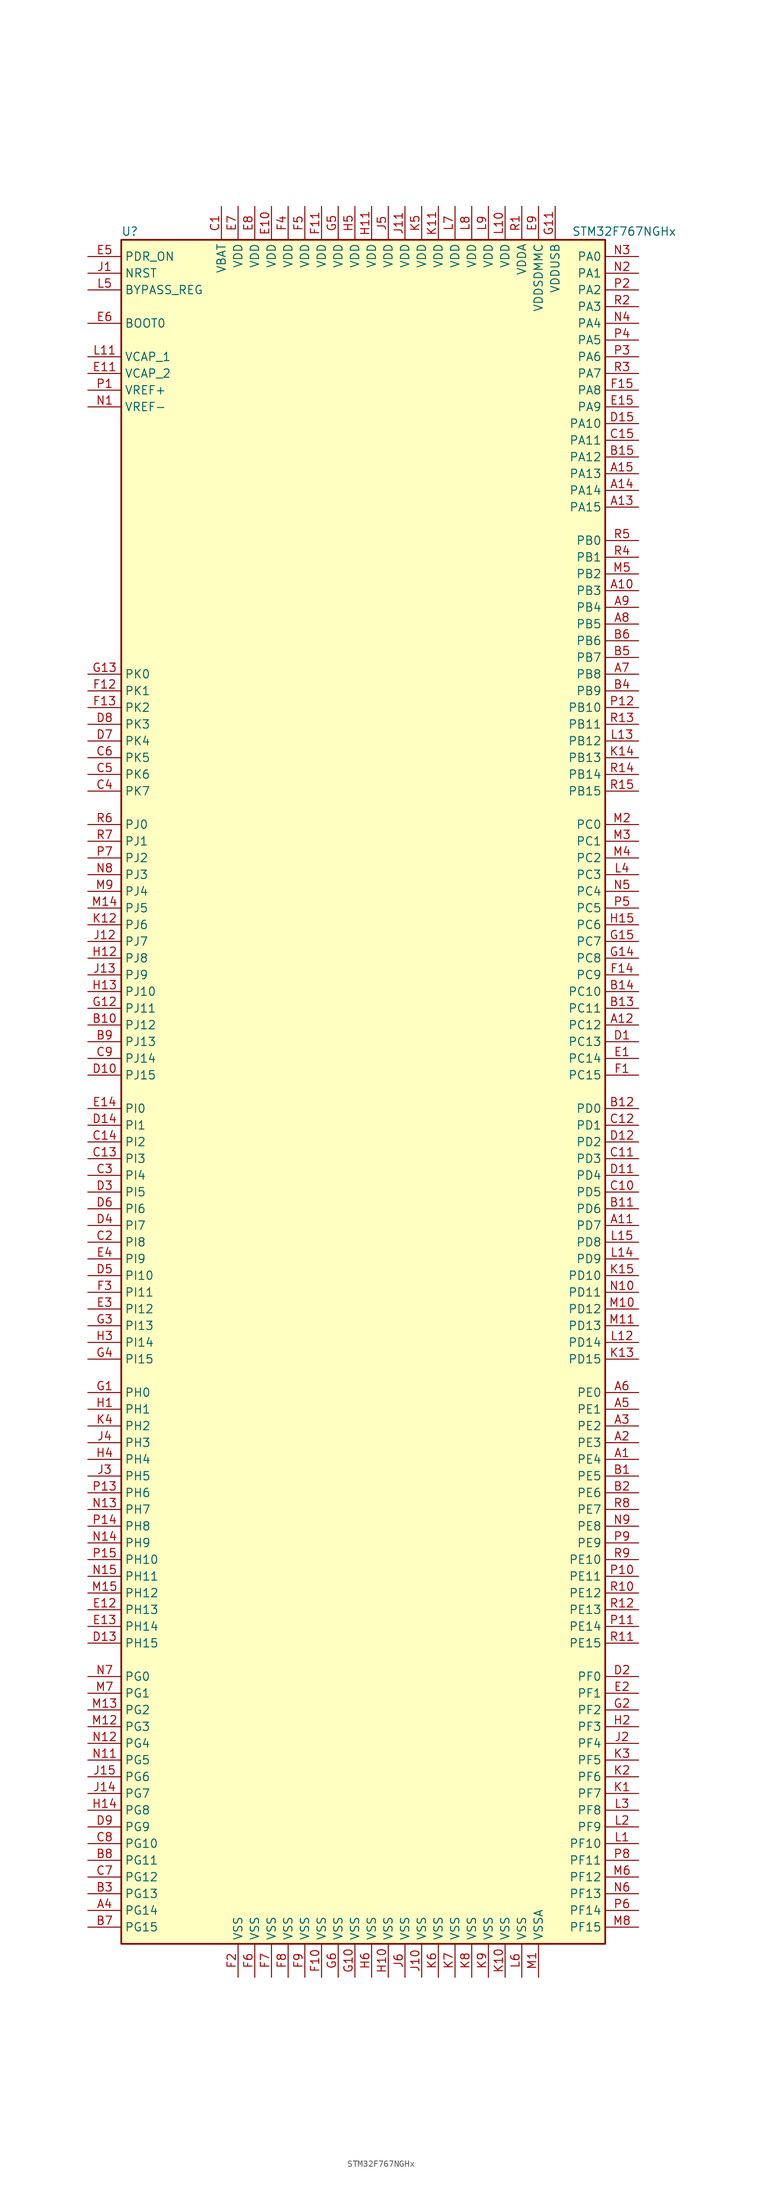
<source format=kicad_sym>
(kicad_symbol_lib
  (version 20220914)
  (generator kicad_symbol_editor)
  (symbol "STM32F767NGHx"
    (property "Reference" "U"
      (at -38.1 130.81 0)
      (effects (font (size 1.27 1.27)) (justify left)))
    (property "Value" "STM32F767NGHx"
      (at 30.48 130.81 0)
      (effects (font (size 1.27 1.27)) (justify left)))
    (symbol "STM32F767NGHx_0_1"
      (rectangle (start -38.1 -129.54) (end 35.56 129.54) (stroke (width 0.254) (type default)) (fill (type background))))
    (symbol "STM32F767NGHx_1_1"
      (pin bidirectional line (at 40.64 -55.88 180) (length 5.08) (name "PE4" (effects (font (size 1.27 1.27)))) (number "A1" (effects (font (size 1.27 1.27)))))
      (pin bidirectional line (at 40.64 76.2 180) (length 5.08) (name "PB3" (effects (font (size 1.27 1.27)))) (number "A10" (effects (font (size 1.27 1.27)))))
      (pin bidirectional line (at 40.64 -20.32 180) (length 5.08) (name "PD7" (effects (font (size 1.27 1.27)))) (number "A11" (effects (font (size 1.27 1.27)))))
      (pin bidirectional line (at 40.64 10.16 180) (length 5.08) (name "PC12" (effects (font (size 1.27 1.27)))) (number "A12" (effects (font (size 1.27 1.27)))))
      (pin bidirectional line (at 40.64 88.9 180) (length 5.08) (name "PA15" (effects (font (size 1.27 1.27)))) (number "A13" (effects (font (size 1.27 1.27)))))
      (pin bidirectional line (at 40.64 91.44 180) (length 5.08) (name "PA14" (effects (font (size 1.27 1.27)))) (number "A14" (effects (font (size 1.27 1.27)))))
      (pin bidirectional line (at 40.64 93.98 180) (length 5.08) (name "PA13" (effects (font (size 1.27 1.27)))) (number "A15" (effects (font (size 1.27 1.27)))))
      (pin bidirectional line (at 40.64 -53.34 180) (length 5.08) (name "PE3" (effects (font (size 1.27 1.27)))) (number "A2" (effects (font (size 1.27 1.27)))))
      (pin bidirectional line (at 40.64 -50.8 180) (length 5.08) (name "PE2" (effects (font (size 1.27 1.27)))) (number "A3" (effects (font (size 1.27 1.27)))))
      (pin bidirectional line (at -43.18 -124.46 0) (length 5.08) (name "PG14" (effects (font (size 1.27 1.27)))) (number "A4" (effects (font (size 1.27 1.27)))))
      (pin bidirectional line (at 40.64 -48.26 180) (length 5.08) (name "PE1" (effects (font (size 1.27 1.27)))) (number "A5" (effects (font (size 1.27 1.27)))))
      (pin bidirectional line (at 40.64 -45.72 180) (length 5.08) (name "PE0" (effects (font (size 1.27 1.27)))) (number "A6" (effects (font (size 1.27 1.27)))))
      (pin bidirectional line (at 40.64 63.5 180) (length 5.08) (name "PB8" (effects (font (size 1.27 1.27)))) (number "A7" (effects (font (size 1.27 1.27)))))
      (pin bidirectional line (at 40.64 71.12 180) (length 5.08) (name "PB5" (effects (font (size 1.27 1.27)))) (number "A8" (effects (font (size 1.27 1.27)))))
      (pin bidirectional line (at 40.64 73.66 180) (length 5.08) (name "PB4" (effects (font (size 1.27 1.27)))) (number "A9" (effects (font (size 1.27 1.27)))))
      (pin bidirectional line (at 40.64 -58.42 180) (length 5.08) (name "PE5" (effects (font (size 1.27 1.27)))) (number "B1" (effects (font (size 1.27 1.27)))))
      (pin bidirectional line (at -43.18 10.16 0) (length 5.08) (name "PJ12" (effects (font (size 1.27 1.27)))) (number "B10" (effects (font (size 1.27 1.27)))))
      (pin bidirectional line (at 40.64 -17.78 180) (length 5.08) (name "PD6" (effects (font (size 1.27 1.27)))) (number "B11" (effects (font (size 1.27 1.27)))))
      (pin bidirectional line (at 40.64 -2.54 180) (length 5.08) (name "PD0" (effects (font (size 1.27 1.27)))) (number "B12" (effects (font (size 1.27 1.27)))))
      (pin bidirectional line (at 40.64 12.7 180) (length 5.08) (name "PC11" (effects (font (size 1.27 1.27)))) (number "B13" (effects (font (size 1.27 1.27)))))
      (pin bidirectional line (at 40.64 15.24 180) (length 5.08) (name "PC10" (effects (font (size 1.27 1.27)))) (number "B14" (effects (font (size 1.27 1.27)))))
      (pin bidirectional line (at 40.64 96.52 180) (length 5.08) (name "PA12" (effects (font (size 1.27 1.27)))) (number "B15" (effects (font (size 1.27 1.27)))))
      (pin bidirectional line (at 40.64 -60.96 180) (length 5.08) (name "PE6" (effects (font (size 1.27 1.27)))) (number "B2" (effects (font (size 1.27 1.27)))))
      (pin bidirectional line (at -43.18 -121.92 0) (length 5.08) (name "PG13" (effects (font (size 1.27 1.27)))) (number "B3" (effects (font (size 1.27 1.27)))))
      (pin bidirectional line (at 40.64 60.96 180) (length 5.08) (name "PB9" (effects (font (size 1.27 1.27)))) (number "B4" (effects (font (size 1.27 1.27)))))
      (pin bidirectional line (at 40.64 66.04 180) (length 5.08) (name "PB7" (effects (font (size 1.27 1.27)))) (number "B5" (effects (font (size 1.27 1.27)))))
      (pin bidirectional line (at 40.64 68.58 180) (length 5.08) (name "PB6" (effects (font (size 1.27 1.27)))) (number "B6" (effects (font (size 1.27 1.27)))))
      (pin bidirectional line (at -43.18 -127 0) (length 5.08) (name "PG15" (effects (font (size 1.27 1.27)))) (number "B7" (effects (font (size 1.27 1.27)))))
      (pin bidirectional line (at -43.18 -116.84 0) (length 5.08) (name "PG11" (effects (font (size 1.27 1.27)))) (number "B8" (effects (font (size 1.27 1.27)))))
      (pin bidirectional line (at -43.18 7.62 0) (length 5.08) (name "PJ13" (effects (font (size 1.27 1.27)))) (number "B9" (effects (font (size 1.27 1.27)))))
      (pin power_in line (at -22.86 134.62 270) (length 5.08) (name "VBAT" (effects (font (size 1.27 1.27)))) (number "C1" (effects (font (size 1.27 1.27)))))
      (pin bidirectional line (at 40.64 -15.24 180) (length 5.08) (name "PD5" (effects (font (size 1.27 1.27)))) (number "C10" (effects (font (size 1.27 1.27)))))
      (pin bidirectional line (at 40.64 -10.16 180) (length 5.08) (name "PD3" (effects (font (size 1.27 1.27)))) (number "C11" (effects (font (size 1.27 1.27)))))
      (pin bidirectional line (at 40.64 -5.08 180) (length 5.08) (name "PD1" (effects (font (size 1.27 1.27)))) (number "C12" (effects (font (size 1.27 1.27)))))
      (pin bidirectional line (at -43.18 -10.16 0) (length 5.08) (name "PI3" (effects (font (size 1.27 1.27)))) (number "C13" (effects (font (size 1.27 1.27)))))
      (pin bidirectional line (at -43.18 -7.62 0) (length 5.08) (name "PI2" (effects (font (size 1.27 1.27)))) (number "C14" (effects (font (size 1.27 1.27)))))
      (pin bidirectional line (at 40.64 99.06 180) (length 5.08) (name "PA11" (effects (font (size 1.27 1.27)))) (number "C15" (effects (font (size 1.27 1.27)))))
      (pin bidirectional line (at -43.18 -22.86 0) (length 5.08) (name "PI8" (effects (font (size 1.27 1.27)))) (number "C2" (effects (font (size 1.27 1.27)))))
      (pin bidirectional line (at -43.18 -12.7 0) (length 5.08) (name "PI4" (effects (font (size 1.27 1.27)))) (number "C3" (effects (font (size 1.27 1.27)))))
      (pin bidirectional line (at -43.18 45.72 0) (length 5.08) (name "PK7" (effects (font (size 1.27 1.27)))) (number "C4" (effects (font (size 1.27 1.27)))))
      (pin bidirectional line (at -43.18 48.26 0) (length 5.08) (name "PK6" (effects (font (size 1.27 1.27)))) (number "C5" (effects (font (size 1.27 1.27)))))
      (pin bidirectional line (at -43.18 50.8 0) (length 5.08) (name "PK5" (effects (font (size 1.27 1.27)))) (number "C6" (effects (font (size 1.27 1.27)))))
      (pin bidirectional line (at -43.18 -119.38 0) (length 5.08) (name "PG12" (effects (font (size 1.27 1.27)))) (number "C7" (effects (font (size 1.27 1.27)))))
      (pin bidirectional line (at -43.18 -114.3 0) (length 5.08) (name "PG10" (effects (font (size 1.27 1.27)))) (number "C8" (effects (font (size 1.27 1.27)))))
      (pin bidirectional line (at -43.18 5.08 0) (length 5.08) (name "PJ14" (effects (font (size 1.27 1.27)))) (number "C9" (effects (font (size 1.27 1.27)))))
      (pin bidirectional line (at 40.64 7.62 180) (length 5.08) (name "PC13" (effects (font (size 1.27 1.27)))) (number "D1" (effects (font (size 1.27 1.27)))))
      (pin bidirectional line (at -43.18 2.54 0) (length 5.08) (name "PJ15" (effects (font (size 1.27 1.27)))) (number "D10" (effects (font (size 1.27 1.27)))))
      (pin bidirectional line (at 40.64 -12.7 180) (length 5.08) (name "PD4" (effects (font (size 1.27 1.27)))) (number "D11" (effects (font (size 1.27 1.27)))))
      (pin bidirectional line (at 40.64 -7.62 180) (length 5.08) (name "PD2" (effects (font (size 1.27 1.27)))) (number "D12" (effects (font (size 1.27 1.27)))))
      (pin bidirectional line (at -43.18 -83.82 0) (length 5.08) (name "PH15" (effects (font (size 1.27 1.27)))) (number "D13" (effects (font (size 1.27 1.27)))))
      (pin bidirectional line (at -43.18 -5.08 0) (length 5.08) (name "PI1" (effects (font (size 1.27 1.27)))) (number "D14" (effects (font (size 1.27 1.27)))))
      (pin bidirectional line (at 40.64 101.6 180) (length 5.08) (name "PA10" (effects (font (size 1.27 1.27)))) (number "D15" (effects (font (size 1.27 1.27)))))
      (pin bidirectional line (at 40.64 -88.9 180) (length 5.08) (name "PF0" (effects (font (size 1.27 1.27)))) (number "D2" (effects (font (size 1.27 1.27)))))
      (pin bidirectional line (at -43.18 -15.24 0) (length 5.08) (name "PI5" (effects (font (size 1.27 1.27)))) (number "D3" (effects (font (size 1.27 1.27)))))
      (pin bidirectional line (at -43.18 -20.32 0) (length 5.08) (name "PI7" (effects (font (size 1.27 1.27)))) (number "D4" (effects (font (size 1.27 1.27)))))
      (pin bidirectional line (at -43.18 -27.94 0) (length 5.08) (name "PI10" (effects (font (size 1.27 1.27)))) (number "D5" (effects (font (size 1.27 1.27)))))
      (pin bidirectional line (at -43.18 -17.78 0) (length 5.08) (name "PI6" (effects (font (size 1.27 1.27)))) (number "D6" (effects (font (size 1.27 1.27)))))
      (pin bidirectional line (at -43.18 53.34 0) (length 5.08) (name "PK4" (effects (font (size 1.27 1.27)))) (number "D7" (effects (font (size 1.27 1.27)))))
      (pin bidirectional line (at -43.18 55.88 0) (length 5.08) (name "PK3" (effects (font (size 1.27 1.27)))) (number "D8" (effects (font (size 1.27 1.27)))))
      (pin bidirectional line (at -43.18 -111.76 0) (length 5.08) (name "PG9" (effects (font (size 1.27 1.27)))) (number "D9" (effects (font (size 1.27 1.27)))))
      (pin bidirectional line (at 40.64 5.08 180) (length 5.08) (name "PC14" (effects (font (size 1.27 1.27)))) (number "E1" (effects (font (size 1.27 1.27)))))
      (pin power_in line (at -15.24 134.62 270) (length 5.08) (name "VDD" (effects (font (size 1.27 1.27)))) (number "E10" (effects (font (size 1.27 1.27)))))
      (pin power_in line (at -43.18 109.22 0) (length 5.08) (name "VCAP_2" (effects (font (size 1.27 1.27)))) (number "E11" (effects (font (size 1.27 1.27)))))
      (pin bidirectional line (at -43.18 -78.74 0) (length 5.08) (name "PH13" (effects (font (size 1.27 1.27)))) (number "E12" (effects (font (size 1.27 1.27)))))
      (pin bidirectional line (at -43.18 -81.28 0) (length 5.08) (name "PH14" (effects (font (size 1.27 1.27)))) (number "E13" (effects (font (size 1.27 1.27)))))
      (pin bidirectional line (at -43.18 -2.54 0) (length 5.08) (name "PI0" (effects (font (size 1.27 1.27)))) (number "E14" (effects (font (size 1.27 1.27)))))
      (pin bidirectional line (at 40.64 104.14 180) (length 5.08) (name "PA9" (effects (font (size 1.27 1.27)))) (number "E15" (effects (font (size 1.27 1.27)))))
      (pin bidirectional line (at 40.64 -91.44 180) (length 5.08) (name "PF1" (effects (font (size 1.27 1.27)))) (number "E2" (effects (font (size 1.27 1.27)))))
      (pin bidirectional line (at -43.18 -33.02 0) (length 5.08) (name "PI12" (effects (font (size 1.27 1.27)))) (number "E3" (effects (font (size 1.27 1.27)))))
      (pin bidirectional line (at -43.18 -25.4 0) (length 5.08) (name "PI9" (effects (font (size 1.27 1.27)))) (number "E4" (effects (font (size 1.27 1.27)))))
      (pin input line (at -43.18 127 0) (length 5.08) (name "PDR_ON" (effects (font (size 1.27 1.27)))) (number "E5" (effects (font (size 1.27 1.27)))))
      (pin input line (at -43.18 116.84 0) (length 5.08) (name "BOOT0" (effects (font (size 1.27 1.27)))) (number "E6" (effects (font (size 1.27 1.27)))))
      (pin power_in line (at -20.32 134.62 270) (length 5.08) (name "VDD" (effects (font (size 1.27 1.27)))) (number "E7" (effects (font (size 1.27 1.27)))))
      (pin power_in line (at -17.78 134.62 270) (length 5.08) (name "VDD" (effects (font (size 1.27 1.27)))) (number "E8" (effects (font (size 1.27 1.27)))))
      (pin power_in line (at 25.4 134.62 270) (length 5.08) (name "VDDSDMMC" (effects (font (size 1.27 1.27)))) (number "E9" (effects (font (size 1.27 1.27)))))
      (pin bidirectional line (at 40.64 2.54 180) (length 5.08) (name "PC15" (effects (font (size 1.27 1.27)))) (number "F1" (effects (font (size 1.27 1.27)))))
      (pin power_in line (at -7.62 -134.62 90) (length 5.08) (name "VSS" (effects (font (size 1.27 1.27)))) (number "F10" (effects (font (size 1.27 1.27)))))
      (pin power_in line (at -7.62 134.62 270) (length 5.08) (name "VDD" (effects (font (size 1.27 1.27)))) (number "F11" (effects (font (size 1.27 1.27)))))
      (pin bidirectional line (at -43.18 60.96 0) (length 5.08) (name "PK1" (effects (font (size 1.27 1.27)))) (number "F12" (effects (font (size 1.27 1.27)))))
      (pin bidirectional line (at -43.18 58.42 0) (length 5.08) (name "PK2" (effects (font (size 1.27 1.27)))) (number "F13" (effects (font (size 1.27 1.27)))))
      (pin bidirectional line (at 40.64 17.78 180) (length 5.08) (name "PC9" (effects (font (size 1.27 1.27)))) (number "F14" (effects (font (size 1.27 1.27)))))
      (pin bidirectional line (at 40.64 106.68 180) (length 5.08) (name "PA8" (effects (font (size 1.27 1.27)))) (number "F15" (effects (font (size 1.27 1.27)))))
      (pin power_in line (at -20.32 -134.62 90) (length 5.08) (name "VSS" (effects (font (size 1.27 1.27)))) (number "F2" (effects (font (size 1.27 1.27)))))
      (pin bidirectional line (at -43.18 -30.48 0) (length 5.08) (name "PI11" (effects (font (size 1.27 1.27)))) (number "F3" (effects (font (size 1.27 1.27)))))
      (pin power_in line (at -12.7 134.62 270) (length 5.08) (name "VDD" (effects (font (size 1.27 1.27)))) (number "F4" (effects (font (size 1.27 1.27)))))
      (pin power_in line (at -10.16 134.62 270) (length 5.08) (name "VDD" (effects (font (size 1.27 1.27)))) (number "F5" (effects (font (size 1.27 1.27)))))
      (pin power_in line (at -17.78 -134.62 90) (length 5.08) (name "VSS" (effects (font (size 1.27 1.27)))) (number "F6" (effects (font (size 1.27 1.27)))))
      (pin power_in line (at -15.24 -134.62 90) (length 5.08) (name "VSS" (effects (font (size 1.27 1.27)))) (number "F7" (effects (font (size 1.27 1.27)))))
      (pin power_in line (at -12.7 -134.62 90) (length 5.08) (name "VSS" (effects (font (size 1.27 1.27)))) (number "F8" (effects (font (size 1.27 1.27)))))
      (pin power_in line (at -10.16 -134.62 90) (length 5.08) (name "VSS" (effects (font (size 1.27 1.27)))) (number "F9" (effects (font (size 1.27 1.27)))))
      (pin input line (at -43.18 -45.72 0) (length 5.08) (name "PH0" (effects (font (size 1.27 1.27)))) (number "G1" (effects (font (size 1.27 1.27)))))
      (pin power_in line (at -2.54 -134.62 90) (length 5.08) (name "VSS" (effects (font (size 1.27 1.27)))) (number "G10" (effects (font (size 1.27 1.27)))))
      (pin power_in line (at 27.94 134.62 270) (length 5.08) (name "VDDUSB" (effects (font (size 1.27 1.27)))) (number "G11" (effects (font (size 1.27 1.27)))))
      (pin bidirectional line (at -43.18 12.7 0) (length 5.08) (name "PJ11" (effects (font (size 1.27 1.27)))) (number "G12" (effects (font (size 1.27 1.27)))))
      (pin bidirectional line (at -43.18 63.5 0) (length 5.08) (name "PK0" (effects (font (size 1.27 1.27)))) (number "G13" (effects (font (size 1.27 1.27)))))
      (pin bidirectional line (at 40.64 20.32 180) (length 5.08) (name "PC8" (effects (font (size 1.27 1.27)))) (number "G14" (effects (font (size 1.27 1.27)))))
      (pin bidirectional line (at 40.64 22.86 180) (length 5.08) (name "PC7" (effects (font (size 1.27 1.27)))) (number "G15" (effects (font (size 1.27 1.27)))))
      (pin bidirectional line (at 40.64 -93.98 180) (length 5.08) (name "PF2" (effects (font (size 1.27 1.27)))) (number "G2" (effects (font (size 1.27 1.27)))))
      (pin bidirectional line (at -43.18 -35.56 0) (length 5.08) (name "PI13" (effects (font (size 1.27 1.27)))) (number "G3" (effects (font (size 1.27 1.27)))))
      (pin bidirectional line (at -43.18 -40.64 0) (length 5.08) (name "PI15" (effects (font (size 1.27 1.27)))) (number "G4" (effects (font (size 1.27 1.27)))))
      (pin power_in line (at -5.08 134.62 270) (length 5.08) (name "VDD" (effects (font (size 1.27 1.27)))) (number "G5" (effects (font (size 1.27 1.27)))))
      (pin power_in line (at -5.08 -134.62 90) (length 5.08) (name "VSS" (effects (font (size 1.27 1.27)))) (number "G6" (effects (font (size 1.27 1.27)))))
      (pin input line (at -43.18 -48.26 0) (length 5.08) (name "PH1" (effects (font (size 1.27 1.27)))) (number "H1" (effects (font (size 1.27 1.27)))))
      (pin power_in line (at 2.54 -134.62 90) (length 5.08) (name "VSS" (effects (font (size 1.27 1.27)))) (number "H10" (effects (font (size 1.27 1.27)))))
      (pin power_in line (at 0 134.62 270) (length 5.08) (name "VDD" (effects (font (size 1.27 1.27)))) (number "H11" (effects (font (size 1.27 1.27)))))
      (pin bidirectional line (at -43.18 20.32 0) (length 5.08) (name "PJ8" (effects (font (size 1.27 1.27)))) (number "H12" (effects (font (size 1.27 1.27)))))
      (pin bidirectional line (at -43.18 15.24 0) (length 5.08) (name "PJ10" (effects (font (size 1.27 1.27)))) (number "H13" (effects (font (size 1.27 1.27)))))
      (pin bidirectional line (at -43.18 -109.22 0) (length 5.08) (name "PG8" (effects (font (size 1.27 1.27)))) (number "H14" (effects (font (size 1.27 1.27)))))
      (pin bidirectional line (at 40.64 25.4 180) (length 5.08) (name "PC6" (effects (font (size 1.27 1.27)))) (number "H15" (effects (font (size 1.27 1.27)))))
      (pin bidirectional line (at 40.64 -96.52 180) (length 5.08) (name "PF3" (effects (font (size 1.27 1.27)))) (number "H2" (effects (font (size 1.27 1.27)))))
      (pin bidirectional line (at -43.18 -38.1 0) (length 5.08) (name "PI14" (effects (font (size 1.27 1.27)))) (number "H3" (effects (font (size 1.27 1.27)))))
      (pin bidirectional line (at -43.18 -55.88 0) (length 5.08) (name "PH4" (effects (font (size 1.27 1.27)))) (number "H4" (effects (font (size 1.27 1.27)))))
      (pin power_in line (at -2.54 134.62 270) (length 5.08) (name "VDD" (effects (font (size 1.27 1.27)))) (number "H5" (effects (font (size 1.27 1.27)))))
      (pin power_in line (at 0 -134.62 90) (length 5.08) (name "VSS" (effects (font (size 1.27 1.27)))) (number "H6" (effects (font (size 1.27 1.27)))))
      (pin input line (at -43.18 124.46 0) (length 5.08) (name "NRST" (effects (font (size 1.27 1.27)))) (number "J1" (effects (font (size 1.27 1.27)))))
      (pin power_in line (at 7.62 -134.62 90) (length 5.08) (name "VSS" (effects (font (size 1.27 1.27)))) (number "J10" (effects (font (size 1.27 1.27)))))
      (pin power_in line (at 5.08 134.62 270) (length 5.08) (name "VDD" (effects (font (size 1.27 1.27)))) (number "J11" (effects (font (size 1.27 1.27)))))
      (pin bidirectional line (at -43.18 22.86 0) (length 5.08) (name "PJ7" (effects (font (size 1.27 1.27)))) (number "J12" (effects (font (size 1.27 1.27)))))
      (pin bidirectional line (at -43.18 17.78 0) (length 5.08) (name "PJ9" (effects (font (size 1.27 1.27)))) (number "J13" (effects (font (size 1.27 1.27)))))
      (pin bidirectional line (at -43.18 -106.68 0) (length 5.08) (name "PG7" (effects (font (size 1.27 1.27)))) (number "J14" (effects (font (size 1.27 1.27)))))
      (pin bidirectional line (at -43.18 -104.14 0) (length 5.08) (name "PG6" (effects (font (size 1.27 1.27)))) (number "J15" (effects (font (size 1.27 1.27)))))
      (pin bidirectional line (at 40.64 -99.06 180) (length 5.08) (name "PF4" (effects (font (size 1.27 1.27)))) (number "J2" (effects (font (size 1.27 1.27)))))
      (pin bidirectional line (at -43.18 -58.42 0) (length 5.08) (name "PH5" (effects (font (size 1.27 1.27)))) (number "J3" (effects (font (size 1.27 1.27)))))
      (pin bidirectional line (at -43.18 -53.34 0) (length 5.08) (name "PH3" (effects (font (size 1.27 1.27)))) (number "J4" (effects (font (size 1.27 1.27)))))
      (pin power_in line (at 2.54 134.62 270) (length 5.08) (name "VDD" (effects (font (size 1.27 1.27)))) (number "J5" (effects (font (size 1.27 1.27)))))
      (pin power_in line (at 5.08 -134.62 90) (length 5.08) (name "VSS" (effects (font (size 1.27 1.27)))) (number "J6" (effects (font (size 1.27 1.27)))))
      (pin bidirectional line (at 40.64 -106.68 180) (length 5.08) (name "PF7" (effects (font (size 1.27 1.27)))) (number "K1" (effects (font (size 1.27 1.27)))))
      (pin power_in line (at 20.32 -134.62 90) (length 5.08) (name "VSS" (effects (font (size 1.27 1.27)))) (number "K10" (effects (font (size 1.27 1.27)))))
      (pin power_in line (at 10.16 134.62 270) (length 5.08) (name "VDD" (effects (font (size 1.27 1.27)))) (number "K11" (effects (font (size 1.27 1.27)))))
      (pin bidirectional line (at -43.18 25.4 0) (length 5.08) (name "PJ6" (effects (font (size 1.27 1.27)))) (number "K12" (effects (font (size 1.27 1.27)))))
      (pin bidirectional line (at 40.64 -40.64 180) (length 5.08) (name "PD15" (effects (font (size 1.27 1.27)))) (number "K13" (effects (font (size 1.27 1.27)))))
      (pin bidirectional line (at 40.64 50.8 180) (length 5.08) (name "PB13" (effects (font (size 1.27 1.27)))) (number "K14" (effects (font (size 1.27 1.27)))))
      (pin bidirectional line (at 40.64 -27.94 180) (length 5.08) (name "PD10" (effects (font (size 1.27 1.27)))) (number "K15" (effects (font (size 1.27 1.27)))))
      (pin bidirectional line (at 40.64 -104.14 180) (length 5.08) (name "PF6" (effects (font (size 1.27 1.27)))) (number "K2" (effects (font (size 1.27 1.27)))))
      (pin bidirectional line (at 40.64 -101.6 180) (length 5.08) (name "PF5" (effects (font (size 1.27 1.27)))) (number "K3" (effects (font (size 1.27 1.27)))))
      (pin bidirectional line (at -43.18 -50.8 0) (length 5.08) (name "PH2" (effects (font (size 1.27 1.27)))) (number "K4" (effects (font (size 1.27 1.27)))))
      (pin power_in line (at 7.62 134.62 270) (length 5.08) (name "VDD" (effects (font (size 1.27 1.27)))) (number "K5" (effects (font (size 1.27 1.27)))))
      (pin power_in line (at 10.16 -134.62 90) (length 5.08) (name "VSS" (effects (font (size 1.27 1.27)))) (number "K6" (effects (font (size 1.27 1.27)))))
      (pin power_in line (at 12.7 -134.62 90) (length 5.08) (name "VSS" (effects (font (size 1.27 1.27)))) (number "K7" (effects (font (size 1.27 1.27)))))
      (pin power_in line (at 15.24 -134.62 90) (length 5.08) (name "VSS" (effects (font (size 1.27 1.27)))) (number "K8" (effects (font (size 1.27 1.27)))))
      (pin power_in line (at 17.78 -134.62 90) (length 5.08) (name "VSS" (effects (font (size 1.27 1.27)))) (number "K9" (effects (font (size 1.27 1.27)))))
      (pin bidirectional line (at 40.64 -114.3 180) (length 5.08) (name "PF10" (effects (font (size 1.27 1.27)))) (number "L1" (effects (font (size 1.27 1.27)))))
      (pin power_in line (at 20.32 134.62 270) (length 5.08) (name "VDD" (effects (font (size 1.27 1.27)))) (number "L10" (effects (font (size 1.27 1.27)))))
      (pin power_in line (at -43.18 111.76 0) (length 5.08) (name "VCAP_1" (effects (font (size 1.27 1.27)))) (number "L11" (effects (font (size 1.27 1.27)))))
      (pin bidirectional line (at 40.64 -38.1 180) (length 5.08) (name "PD14" (effects (font (size 1.27 1.27)))) (number "L12" (effects (font (size 1.27 1.27)))))
      (pin bidirectional line (at 40.64 53.34 180) (length 5.08) (name "PB12" (effects (font (size 1.27 1.27)))) (number "L13" (effects (font (size 1.27 1.27)))))
      (pin bidirectional line (at 40.64 -25.4 180) (length 5.08) (name "PD9" (effects (font (size 1.27 1.27)))) (number "L14" (effects (font (size 1.27 1.27)))))
      (pin bidirectional line (at 40.64 -22.86 180) (length 5.08) (name "PD8" (effects (font (size 1.27 1.27)))) (number "L15" (effects (font (size 1.27 1.27)))))
      (pin bidirectional line (at 40.64 -111.76 180) (length 5.08) (name "PF9" (effects (font (size 1.27 1.27)))) (number "L2" (effects (font (size 1.27 1.27)))))
      (pin bidirectional line (at 40.64 -109.22 180) (length 5.08) (name "PF8" (effects (font (size 1.27 1.27)))) (number "L3" (effects (font (size 1.27 1.27)))))
      (pin bidirectional line (at 40.64 33.02 180) (length 5.08) (name "PC3" (effects (font (size 1.27 1.27)))) (number "L4" (effects (font (size 1.27 1.27)))))
      (pin input line (at -43.18 121.92 0) (length 5.08) (name "BYPASS_REG" (effects (font (size 1.27 1.27)))) (number "L5" (effects (font (size 1.27 1.27)))))
      (pin power_in line (at 22.86 -134.62 90) (length 5.08) (name "VSS" (effects (font (size 1.27 1.27)))) (number "L6" (effects (font (size 1.27 1.27)))))
      (pin power_in line (at 12.7 134.62 270) (length 5.08) (name "VDD" (effects (font (size 1.27 1.27)))) (number "L7" (effects (font (size 1.27 1.27)))))
      (pin power_in line (at 15.24 134.62 270) (length 5.08) (name "VDD" (effects (font (size 1.27 1.27)))) (number "L8" (effects (font (size 1.27 1.27)))))
      (pin power_in line (at 17.78 134.62 270) (length 5.08) (name "VDD" (effects (font (size 1.27 1.27)))) (number "L9" (effects (font (size 1.27 1.27)))))
      (pin power_in line (at 25.4 -134.62 90) (length 5.08) (name "VSSA" (effects (font (size 1.27 1.27)))) (number "M1" (effects (font (size 1.27 1.27)))))
      (pin bidirectional line (at 40.64 -33.02 180) (length 5.08) (name "PD12" (effects (font (size 1.27 1.27)))) (number "M10" (effects (font (size 1.27 1.27)))))
      (pin bidirectional line (at 40.64 -35.56 180) (length 5.08) (name "PD13" (effects (font (size 1.27 1.27)))) (number "M11" (effects (font (size 1.27 1.27)))))
      (pin bidirectional line (at -43.18 -96.52 0) (length 5.08) (name "PG3" (effects (font (size 1.27 1.27)))) (number "M12" (effects (font (size 1.27 1.27)))))
      (pin bidirectional line (at -43.18 -93.98 0) (length 5.08) (name "PG2" (effects (font (size 1.27 1.27)))) (number "M13" (effects (font (size 1.27 1.27)))))
      (pin bidirectional line (at -43.18 27.94 0) (length 5.08) (name "PJ5" (effects (font (size 1.27 1.27)))) (number "M14" (effects (font (size 1.27 1.27)))))
      (pin bidirectional line (at -43.18 -76.2 0) (length 5.08) (name "PH12" (effects (font (size 1.27 1.27)))) (number "M15" (effects (font (size 1.27 1.27)))))
      (pin bidirectional line (at 40.64 40.64 180) (length 5.08) (name "PC0" (effects (font (size 1.27 1.27)))) (number "M2" (effects (font (size 1.27 1.27)))))
      (pin bidirectional line (at 40.64 38.1 180) (length 5.08) (name "PC1" (effects (font (size 1.27 1.27)))) (number "M3" (effects (font (size 1.27 1.27)))))
      (pin bidirectional line (at 40.64 35.56 180) (length 5.08) (name "PC2" (effects (font (size 1.27 1.27)))) (number "M4" (effects (font (size 1.27 1.27)))))
      (pin bidirectional line (at 40.64 78.74 180) (length 5.08) (name "PB2" (effects (font (size 1.27 1.27)))) (number "M5" (effects (font (size 1.27 1.27)))))
      (pin bidirectional line (at 40.64 -119.38 180) (length 5.08) (name "PF12" (effects (font (size 1.27 1.27)))) (number "M6" (effects (font (size 1.27 1.27)))))
      (pin bidirectional line (at -43.18 -91.44 0) (length 5.08) (name "PG1" (effects (font (size 1.27 1.27)))) (number "M7" (effects (font (size 1.27 1.27)))))
      (pin bidirectional line (at 40.64 -127 180) (length 5.08) (name "PF15" (effects (font (size 1.27 1.27)))) (number "M8" (effects (font (size 1.27 1.27)))))
      (pin bidirectional line (at -43.18 30.48 0) (length 5.08) (name "PJ4" (effects (font (size 1.27 1.27)))) (number "M9" (effects (font (size 1.27 1.27)))))
      (pin power_in line (at -43.18 104.14 0) (length 5.08) (name "VREF-" (effects (font (size 1.27 1.27)))) (number "N1" (effects (font (size 1.27 1.27)))))
      (pin bidirectional line (at 40.64 -30.48 180) (length 5.08) (name "PD11" (effects (font (size 1.27 1.27)))) (number "N10" (effects (font (size 1.27 1.27)))))
      (pin bidirectional line (at -43.18 -101.6 0) (length 5.08) (name "PG5" (effects (font (size 1.27 1.27)))) (number "N11" (effects (font (size 1.27 1.27)))))
      (pin bidirectional line (at -43.18 -99.06 0) (length 5.08) (name "PG4" (effects (font (size 1.27 1.27)))) (number "N12" (effects (font (size 1.27 1.27)))))
      (pin bidirectional line (at -43.18 -63.5 0) (length 5.08) (name "PH7" (effects (font (size 1.27 1.27)))) (number "N13" (effects (font (size 1.27 1.27)))))
      (pin bidirectional line (at -43.18 -68.58 0) (length 5.08) (name "PH9" (effects (font (size 1.27 1.27)))) (number "N14" (effects (font (size 1.27 1.27)))))
      (pin bidirectional line (at -43.18 -73.66 0) (length 5.08) (name "PH11" (effects (font (size 1.27 1.27)))) (number "N15" (effects (font (size 1.27 1.27)))))
      (pin bidirectional line (at 40.64 124.46 180) (length 5.08) (name "PA1" (effects (font (size 1.27 1.27)))) (number "N2" (effects (font (size 1.27 1.27)))))
      (pin bidirectional line (at 40.64 127 180) (length 5.08) (name "PA0" (effects (font (size 1.27 1.27)))) (number "N3" (effects (font (size 1.27 1.27)))))
      (pin bidirectional line (at 40.64 116.84 180) (length 5.08) (name "PA4" (effects (font (size 1.27 1.27)))) (number "N4" (effects (font (size 1.27 1.27)))))
      (pin bidirectional line (at 40.64 30.48 180) (length 5.08) (name "PC4" (effects (font (size 1.27 1.27)))) (number "N5" (effects (font (size 1.27 1.27)))))
      (pin bidirectional line (at 40.64 -121.92 180) (length 5.08) (name "PF13" (effects (font (size 1.27 1.27)))) (number "N6" (effects (font (size 1.27 1.27)))))
      (pin bidirectional line (at -43.18 -88.9 0) (length 5.08) (name "PG0" (effects (font (size 1.27 1.27)))) (number "N7" (effects (font (size 1.27 1.27)))))
      (pin bidirectional line (at -43.18 33.02 0) (length 5.08) (name "PJ3" (effects (font (size 1.27 1.27)))) (number "N8" (effects (font (size 1.27 1.27)))))
      (pin bidirectional line (at 40.64 -66.04 180) (length 5.08) (name "PE8" (effects (font (size 1.27 1.27)))) (number "N9" (effects (font (size 1.27 1.27)))))
      (pin power_in line (at -43.18 106.68 0) (length 5.08) (name "VREF+" (effects (font (size 1.27 1.27)))) (number "P1" (effects (font (size 1.27 1.27)))))
      (pin bidirectional line (at 40.64 -73.66 180) (length 5.08) (name "PE11" (effects (font (size 1.27 1.27)))) (number "P10" (effects (font (size 1.27 1.27)))))
      (pin bidirectional line (at 40.64 -81.28 180) (length 5.08) (name "PE14" (effects (font (size 1.27 1.27)))) (number "P11" (effects (font (size 1.27 1.27)))))
      (pin bidirectional line (at 40.64 58.42 180) (length 5.08) (name "PB10" (effects (font (size 1.27 1.27)))) (number "P12" (effects (font (size 1.27 1.27)))))
      (pin bidirectional line (at -43.18 -60.96 0) (length 5.08) (name "PH6" (effects (font (size 1.27 1.27)))) (number "P13" (effects (font (size 1.27 1.27)))))
      (pin bidirectional line (at -43.18 -66.04 0) (length 5.08) (name "PH8" (effects (font (size 1.27 1.27)))) (number "P14" (effects (font (size 1.27 1.27)))))
      (pin bidirectional line (at -43.18 -71.12 0) (length 5.08) (name "PH10" (effects (font (size 1.27 1.27)))) (number "P15" (effects (font (size 1.27 1.27)))))
      (pin bidirectional line (at 40.64 121.92 180) (length 5.08) (name "PA2" (effects (font (size 1.27 1.27)))) (number "P2" (effects (font (size 1.27 1.27)))))
      (pin bidirectional line (at 40.64 111.76 180) (length 5.08) (name "PA6" (effects (font (size 1.27 1.27)))) (number "P3" (effects (font (size 1.27 1.27)))))
      (pin bidirectional line (at 40.64 114.3 180) (length 5.08) (name "PA5" (effects (font (size 1.27 1.27)))) (number "P4" (effects (font (size 1.27 1.27)))))
      (pin bidirectional line (at 40.64 27.94 180) (length 5.08) (name "PC5" (effects (font (size 1.27 1.27)))) (number "P5" (effects (font (size 1.27 1.27)))))
      (pin bidirectional line (at 40.64 -124.46 180) (length 5.08) (name "PF14" (effects (font (size 1.27 1.27)))) (number "P6" (effects (font (size 1.27 1.27)))))
      (pin bidirectional line (at -43.18 35.56 0) (length 5.08) (name "PJ2" (effects (font (size 1.27 1.27)))) (number "P7" (effects (font (size 1.27 1.27)))))
      (pin bidirectional line (at 40.64 -116.84 180) (length 5.08) (name "PF11" (effects (font (size 1.27 1.27)))) (number "P8" (effects (font (size 1.27 1.27)))))
      (pin bidirectional line (at 40.64 -68.58 180) (length 5.08) (name "PE9" (effects (font (size 1.27 1.27)))) (number "P9" (effects (font (size 1.27 1.27)))))
      (pin power_in line (at 22.86 134.62 270) (length 5.08) (name "VDDA" (effects (font (size 1.27 1.27)))) (number "R1" (effects (font (size 1.27 1.27)))))
      (pin bidirectional line (at 40.64 -76.2 180) (length 5.08) (name "PE12" (effects (font (size 1.27 1.27)))) (number "R10" (effects (font (size 1.27 1.27)))))
      (pin bidirectional line (at 40.64 -83.82 180) (length 5.08) (name "PE15" (effects (font (size 1.27 1.27)))) (number "R11" (effects (font (size 1.27 1.27)))))
      (pin bidirectional line (at 40.64 -78.74 180) (length 5.08) (name "PE13" (effects (font (size 1.27 1.27)))) (number "R12" (effects (font (size 1.27 1.27)))))
      (pin bidirectional line (at 40.64 55.88 180) (length 5.08) (name "PB11" (effects (font (size 1.27 1.27)))) (number "R13" (effects (font (size 1.27 1.27)))))
      (pin bidirectional line (at 40.64 48.26 180) (length 5.08) (name "PB14" (effects (font (size 1.27 1.27)))) (number "R14" (effects (font (size 1.27 1.27)))))
      (pin bidirectional line (at 40.64 45.72 180) (length 5.08) (name "PB15" (effects (font (size 1.27 1.27)))) (number "R15" (effects (font (size 1.27 1.27)))))
      (pin bidirectional line (at 40.64 119.38 180) (length 5.08) (name "PA3" (effects (font (size 1.27 1.27)))) (number "R2" (effects (font (size 1.27 1.27)))))
      (pin bidirectional line (at 40.64 109.22 180) (length 5.08) (name "PA7" (effects (font (size 1.27 1.27)))) (number "R3" (effects (font (size 1.27 1.27)))))
      (pin bidirectional line (at 40.64 81.28 180) (length 5.08) (name "PB1" (effects (font (size 1.27 1.27)))) (number "R4" (effects (font (size 1.27 1.27)))))
      (pin bidirectional line (at 40.64 83.82 180) (length 5.08) (name "PB0" (effects (font (size 1.27 1.27)))) (number "R5" (effects (font (size 1.27 1.27)))))
      (pin bidirectional line (at -43.18 40.64 0) (length 5.08) (name "PJ0" (effects (font (size 1.27 1.27)))) (number "R6" (effects (font (size 1.27 1.27)))))
      (pin bidirectional line (at -43.18 38.1 0) (length 5.08) (name "PJ1" (effects (font (size 1.27 1.27)))) (number "R7" (effects (font (size 1.27 1.27)))))
      (pin bidirectional line (at 40.64 -63.5 180) (length 5.08) (name "PE7" (effects (font (size 1.27 1.27)))) (number "R8" (effects (font (size 1.27 1.27)))))
      (pin bidirectional line (at 40.64 -71.12 180) (length 5.08) (name "PE10" (effects (font (size 1.27 1.27)))) (number "R9" (effects (font (size 1.27 1.27))))))))
</source>
